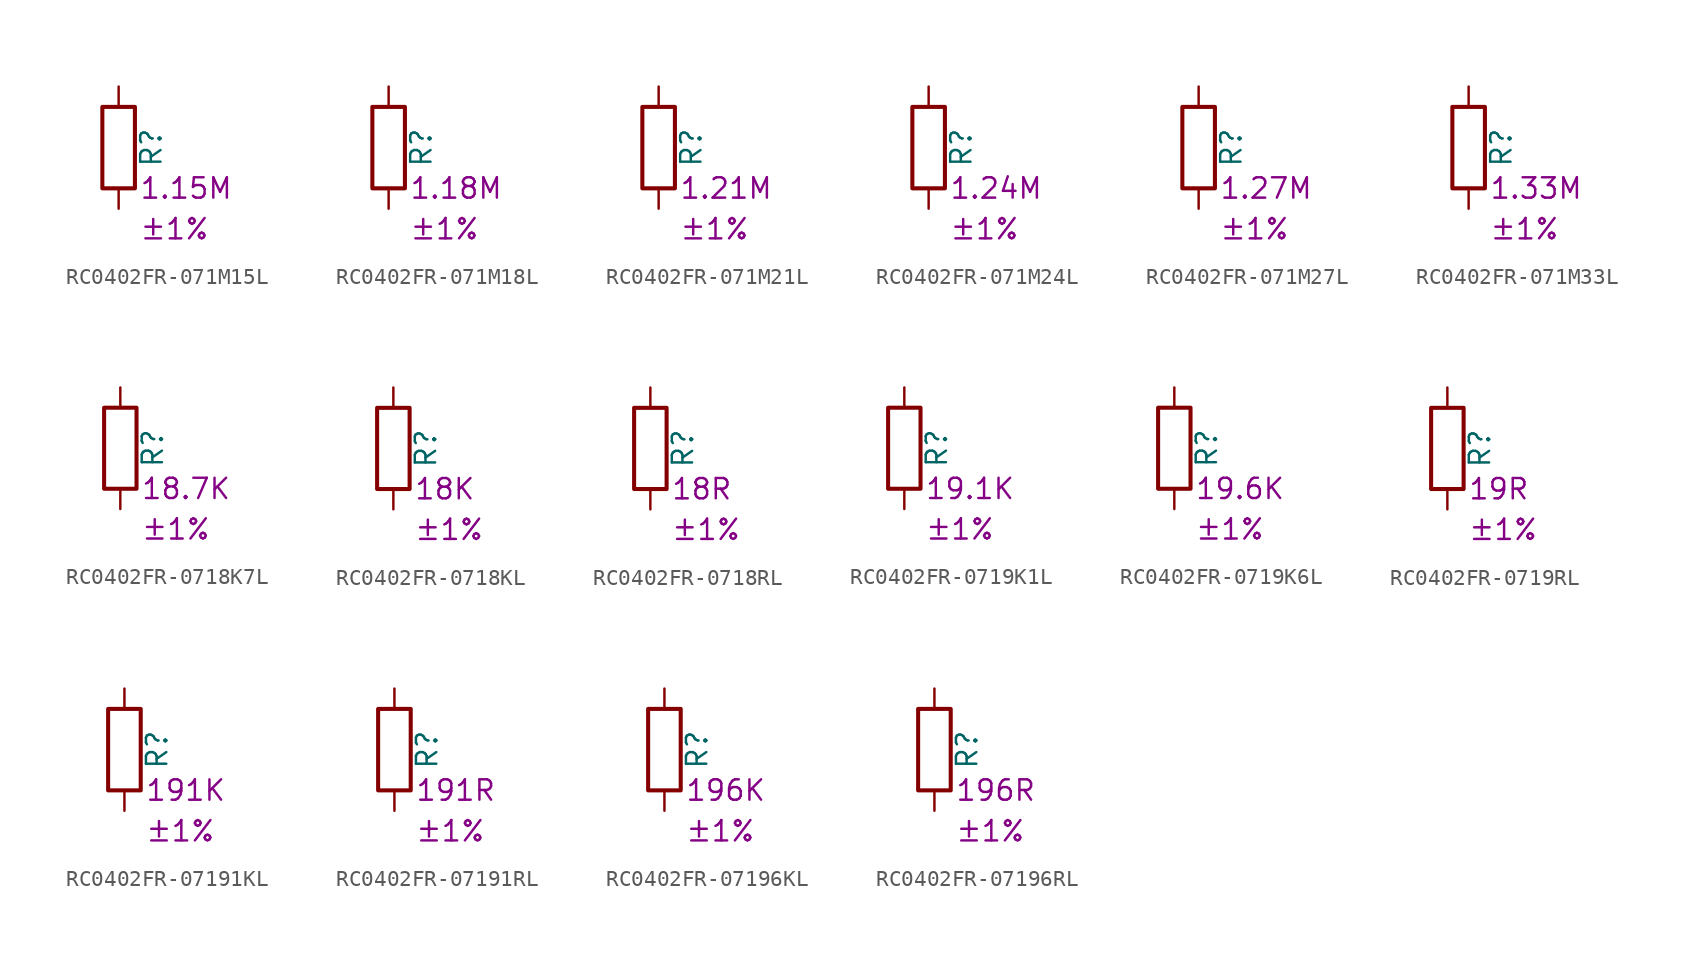
<source format=kicad_sym>
(kicad_symbol_lib
  (version 20220914)
  (generator kicad_symbol_editor)
  (symbol "RC0402FR-071M15L"
    (pin_numbers hide)
    (pin_names
      (offset 0))
    (property "Reference" "R"
      (at 2.032 0 90)
      (effects (font (size 1.27 1.27))))
    (property "Resistance" "1.15M"
      (at 1.27 -2.54 0)
      (effects (font (size 1.27 1.27)) (justify left)))
    (property "Tolerance" "±1%"
      (at 1.27 -5.08 0)
      (effects (font (size 1.27 1.27)) (justify left)))
    (symbol "RC0402FR-071M15L_0_1"
      (rectangle (start -1.016 -2.54) (end 1.016 2.54) (stroke (width 0.254) (type default)) (fill (type none))))
    (symbol "RC0402FR-071M15L_1_1"
      (pin passive line (at 0 3.81 270) (length 1.27) (name "~" (effects (font (size 1.27 1.27)))) (number "1" (effects (font (size 1.27 1.27)))))
      (pin passive line (at 0 -3.81 90) (length 1.27) (name "~" (effects (font (size 1.27 1.27)))) (number "2" (effects (font (size 1.27 1.27)))))))
  (symbol "RC0402FR-071M18L"
    (pin_numbers hide)
    (pin_names
      (offset 0))
    (property "Reference" "R"
      (at 2.032 0 90)
      (effects (font (size 1.27 1.27))))
    (property "Resistance" "1.18M"
      (at 1.27 -2.54 0)
      (effects (font (size 1.27 1.27)) (justify left)))
    (property "Tolerance" "±1%"
      (at 1.27 -5.08 0)
      (effects (font (size 1.27 1.27)) (justify left)))
    (symbol "RC0402FR-071M18L_0_1"
      (rectangle (start -1.016 -2.54) (end 1.016 2.54) (stroke (width 0.254) (type default)) (fill (type none))))
    (symbol "RC0402FR-071M18L_1_1"
      (pin passive line (at 0 3.81 270) (length 1.27) (name "~" (effects (font (size 1.27 1.27)))) (number "1" (effects (font (size 1.27 1.27)))))
      (pin passive line (at 0 -3.81 90) (length 1.27) (name "~" (effects (font (size 1.27 1.27)))) (number "2" (effects (font (size 1.27 1.27)))))))
  (symbol "RC0402FR-071M21L"
    (pin_numbers hide)
    (pin_names
      (offset 0))
    (property "Reference" "R"
      (at 2.032 0 90)
      (effects (font (size 1.27 1.27))))
    (property "Resistance" "1.21M"
      (at 1.27 -2.54 0)
      (effects (font (size 1.27 1.27)) (justify left)))
    (property "Tolerance" "±1%"
      (at 1.27 -5.08 0)
      (effects (font (size 1.27 1.27)) (justify left)))
    (symbol "RC0402FR-071M21L_0_1"
      (rectangle (start -1.016 -2.54) (end 1.016 2.54) (stroke (width 0.254) (type default)) (fill (type none))))
    (symbol "RC0402FR-071M21L_1_1"
      (pin passive line (at 0 3.81 270) (length 1.27) (name "~" (effects (font (size 1.27 1.27)))) (number "1" (effects (font (size 1.27 1.27)))))
      (pin passive line (at 0 -3.81 90) (length 1.27) (name "~" (effects (font (size 1.27 1.27)))) (number "2" (effects (font (size 1.27 1.27)))))))
  (symbol "RC0402FR-071M24L"
    (pin_numbers hide)
    (pin_names
      (offset 0))
    (property "Reference" "R"
      (at 2.032 0 90)
      (effects (font (size 1.27 1.27))))
    (property "Resistance" "1.24M"
      (at 1.27 -2.54 0)
      (effects (font (size 1.27 1.27)) (justify left)))
    (property "Tolerance" "±1%"
      (at 1.27 -5.08 0)
      (effects (font (size 1.27 1.27)) (justify left)))
    (symbol "RC0402FR-071M24L_0_1"
      (rectangle (start -1.016 -2.54) (end 1.016 2.54) (stroke (width 0.254) (type default)) (fill (type none))))
    (symbol "RC0402FR-071M24L_1_1"
      (pin passive line (at 0 3.81 270) (length 1.27) (name "~" (effects (font (size 1.27 1.27)))) (number "1" (effects (font (size 1.27 1.27)))))
      (pin passive line (at 0 -3.81 90) (length 1.27) (name "~" (effects (font (size 1.27 1.27)))) (number "2" (effects (font (size 1.27 1.27)))))))
  (symbol "RC0402FR-071M27L"
    (pin_numbers hide)
    (pin_names
      (offset 0))
    (property "Reference" "R"
      (at 2.032 0 90)
      (effects (font (size 1.27 1.27))))
    (property "Resistance" "1.27M"
      (at 1.27 -2.54 0)
      (effects (font (size 1.27 1.27)) (justify left)))
    (property "Tolerance" "±1%"
      (at 1.27 -5.08 0)
      (effects (font (size 1.27 1.27)) (justify left)))
    (symbol "RC0402FR-071M27L_0_1"
      (rectangle (start -1.016 -2.54) (end 1.016 2.54) (stroke (width 0.254) (type default)) (fill (type none))))
    (symbol "RC0402FR-071M27L_1_1"
      (pin passive line (at 0 3.81 270) (length 1.27) (name "~" (effects (font (size 1.27 1.27)))) (number "1" (effects (font (size 1.27 1.27)))))
      (pin passive line (at 0 -3.81 90) (length 1.27) (name "~" (effects (font (size 1.27 1.27)))) (number "2" (effects (font (size 1.27 1.27)))))))
  (symbol "RC0402FR-071M33L"
    (pin_numbers hide)
    (pin_names
      (offset 0))
    (property "Reference" "R"
      (at 2.032 0 90)
      (effects (font (size 1.27 1.27))))
    (property "Resistance" "1.33M"
      (at 1.27 -2.54 0)
      (effects (font (size 1.27 1.27)) (justify left)))
    (property "Tolerance" "±1%"
      (at 1.27 -5.08 0)
      (effects (font (size 1.27 1.27)) (justify left)))
    (symbol "RC0402FR-071M33L_0_1"
      (rectangle (start -1.016 -2.54) (end 1.016 2.54) (stroke (width 0.254) (type default)) (fill (type none))))
    (symbol "RC0402FR-071M33L_1_1"
      (pin passive line (at 0 3.81 270) (length 1.27) (name "~" (effects (font (size 1.27 1.27)))) (number "1" (effects (font (size 1.27 1.27)))))
      (pin passive line (at 0 -3.81 90) (length 1.27) (name "~" (effects (font (size 1.27 1.27)))) (number "2" (effects (font (size 1.27 1.27)))))))
  (symbol "RC0402FR-0718K7L"
    (pin_numbers hide)
    (pin_names
      (offset 0))
    (property "Reference" "R"
      (at 2.032 0 90)
      (effects (font (size 1.27 1.27))))
    (property "Resistance" "18.7K"
      (at 1.27 -2.54 0)
      (effects (font (size 1.27 1.27)) (justify left)))
    (property "Tolerance" "±1%"
      (at 1.27 -5.08 0)
      (effects (font (size 1.27 1.27)) (justify left)))
    (symbol "RC0402FR-0718K7L_0_1"
      (rectangle (start -1.016 -2.54) (end 1.016 2.54) (stroke (width 0.254) (type default)) (fill (type none))))
    (symbol "RC0402FR-0718K7L_1_1"
      (pin passive line (at 0 3.81 270) (length 1.27) (name "~" (effects (font (size 1.27 1.27)))) (number "1" (effects (font (size 1.27 1.27)))))
      (pin passive line (at 0 -3.81 90) (length 1.27) (name "~" (effects (font (size 1.27 1.27)))) (number "2" (effects (font (size 1.27 1.27)))))))
  (symbol "RC0402FR-0718KL"
    (pin_numbers hide)
    (pin_names
      (offset 0))
    (property "Reference" "R"
      (at 2.032 0 90)
      (effects (font (size 1.27 1.27))))
    (property "Resistance" "18K"
      (at 1.27 -2.54 0)
      (effects (font (size 1.27 1.27)) (justify left)))
    (property "Tolerance" "±1%"
      (at 1.27 -5.08 0)
      (effects (font (size 1.27 1.27)) (justify left)))
    (symbol "RC0402FR-0718KL_0_1"
      (rectangle (start -1.016 -2.54) (end 1.016 2.54) (stroke (width 0.254) (type default)) (fill (type none))))
    (symbol "RC0402FR-0718KL_1_1"
      (pin passive line (at 0 3.81 270) (length 1.27) (name "~" (effects (font (size 1.27 1.27)))) (number "1" (effects (font (size 1.27 1.27)))))
      (pin passive line (at 0 -3.81 90) (length 1.27) (name "~" (effects (font (size 1.27 1.27)))) (number "2" (effects (font (size 1.27 1.27)))))))
  (symbol "RC0402FR-0718RL"
    (pin_numbers hide)
    (pin_names
      (offset 0))
    (property "Reference" "R"
      (at 2.032 0 90)
      (effects (font (size 1.27 1.27))))
    (property "Resistance" "18R"
      (at 1.27 -2.54 0)
      (effects (font (size 1.27 1.27)) (justify left)))
    (property "Tolerance" "±1%"
      (at 1.27 -5.08 0)
      (effects (font (size 1.27 1.27)) (justify left)))
    (symbol "RC0402FR-0718RL_0_1"
      (rectangle (start -1.016 -2.54) (end 1.016 2.54) (stroke (width 0.254) (type default)) (fill (type none))))
    (symbol "RC0402FR-0718RL_1_1"
      (pin passive line (at 0 3.81 270) (length 1.27) (name "~" (effects (font (size 1.27 1.27)))) (number "1" (effects (font (size 1.27 1.27)))))
      (pin passive line (at 0 -3.81 90) (length 1.27) (name "~" (effects (font (size 1.27 1.27)))) (number "2" (effects (font (size 1.27 1.27)))))))
  (symbol "RC0402FR-0719K1L"
    (pin_numbers hide)
    (pin_names
      (offset 0))
    (property "Reference" "R"
      (at 2.032 0 90)
      (effects (font (size 1.27 1.27))))
    (property "Resistance" "19.1K"
      (at 1.27 -2.54 0)
      (effects (font (size 1.27 1.27)) (justify left)))
    (property "Tolerance" "±1%"
      (at 1.27 -5.08 0)
      (effects (font (size 1.27 1.27)) (justify left)))
    (symbol "RC0402FR-0719K1L_0_1"
      (rectangle (start -1.016 -2.54) (end 1.016 2.54) (stroke (width 0.254) (type default)) (fill (type none))))
    (symbol "RC0402FR-0719K1L_1_1"
      (pin passive line (at 0 3.81 270) (length 1.27) (name "~" (effects (font (size 1.27 1.27)))) (number "1" (effects (font (size 1.27 1.27)))))
      (pin passive line (at 0 -3.81 90) (length 1.27) (name "~" (effects (font (size 1.27 1.27)))) (number "2" (effects (font (size 1.27 1.27)))))))
  (symbol "RC0402FR-0719K6L"
    (pin_numbers hide)
    (pin_names
      (offset 0))
    (property "Reference" "R"
      (at 2.032 0 90)
      (effects (font (size 1.27 1.27))))
    (property "Resistance" "19.6K"
      (at 1.27 -2.54 0)
      (effects (font (size 1.27 1.27)) (justify left)))
    (property "Tolerance" "±1%"
      (at 1.27 -5.08 0)
      (effects (font (size 1.27 1.27)) (justify left)))
    (symbol "RC0402FR-0719K6L_0_1"
      (rectangle (start -1.016 -2.54) (end 1.016 2.54) (stroke (width 0.254) (type default)) (fill (type none))))
    (symbol "RC0402FR-0719K6L_1_1"
      (pin passive line (at 0 3.81 270) (length 1.27) (name "~" (effects (font (size 1.27 1.27)))) (number "1" (effects (font (size 1.27 1.27)))))
      (pin passive line (at 0 -3.81 90) (length 1.27) (name "~" (effects (font (size 1.27 1.27)))) (number "2" (effects (font (size 1.27 1.27)))))))
  (symbol "RC0402FR-0719RL"
    (pin_numbers hide)
    (pin_names
      (offset 0))
    (property "Reference" "R"
      (at 2.032 0 90)
      (effects (font (size 1.27 1.27))))
    (property "Resistance" "19R"
      (at 1.27 -2.54 0)
      (effects (font (size 1.27 1.27)) (justify left)))
    (property "Tolerance" "±1%"
      (at 1.27 -5.08 0)
      (effects (font (size 1.27 1.27)) (justify left)))
    (symbol "RC0402FR-0719RL_0_1"
      (rectangle (start -1.016 -2.54) (end 1.016 2.54) (stroke (width 0.254) (type default)) (fill (type none))))
    (symbol "RC0402FR-0719RL_1_1"
      (pin passive line (at 0 3.81 270) (length 1.27) (name "~" (effects (font (size 1.27 1.27)))) (number "1" (effects (font (size 1.27 1.27)))))
      (pin passive line (at 0 -3.81 90) (length 1.27) (name "~" (effects (font (size 1.27 1.27)))) (number "2" (effects (font (size 1.27 1.27)))))))
  (symbol "RC0402FR-07191KL"
    (pin_numbers hide)
    (pin_names
      (offset 0))
    (property "Reference" "R"
      (at 2.032 0 90)
      (effects (font (size 1.27 1.27))))
    (property "Resistance" "191K"
      (at 1.27 -2.54 0)
      (effects (font (size 1.27 1.27)) (justify left)))
    (property "Tolerance" "±1%"
      (at 1.27 -5.08 0)
      (effects (font (size 1.27 1.27)) (justify left)))
    (symbol "RC0402FR-07191KL_0_1"
      (rectangle (start -1.016 -2.54) (end 1.016 2.54) (stroke (width 0.254) (type default)) (fill (type none))))
    (symbol "RC0402FR-07191KL_1_1"
      (pin passive line (at 0 3.81 270) (length 1.27) (name "~" (effects (font (size 1.27 1.27)))) (number "1" (effects (font (size 1.27 1.27)))))
      (pin passive line (at 0 -3.81 90) (length 1.27) (name "~" (effects (font (size 1.27 1.27)))) (number "2" (effects (font (size 1.27 1.27)))))))
  (symbol "RC0402FR-07191RL"
    (pin_numbers hide)
    (pin_names
      (offset 0))
    (property "Reference" "R"
      (at 2.032 0 90)
      (effects (font (size 1.27 1.27))))
    (property "Resistance" "191R"
      (at 1.27 -2.54 0)
      (effects (font (size 1.27 1.27)) (justify left)))
    (property "Tolerance" "±1%"
      (at 1.27 -5.08 0)
      (effects (font (size 1.27 1.27)) (justify left)))
    (symbol "RC0402FR-07191RL_0_1"
      (rectangle (start -1.016 -2.54) (end 1.016 2.54) (stroke (width 0.254) (type default)) (fill (type none))))
    (symbol "RC0402FR-07191RL_1_1"
      (pin passive line (at 0 3.81 270) (length 1.27) (name "~" (effects (font (size 1.27 1.27)))) (number "1" (effects (font (size 1.27 1.27)))))
      (pin passive line (at 0 -3.81 90) (length 1.27) (name "~" (effects (font (size 1.27 1.27)))) (number "2" (effects (font (size 1.27 1.27)))))))
  (symbol "RC0402FR-07196KL"
    (pin_numbers hide)
    (pin_names
      (offset 0))
    (property "Reference" "R"
      (at 2.032 0 90)
      (effects (font (size 1.27 1.27))))
    (property "Resistance" "196K"
      (at 1.27 -2.54 0)
      (effects (font (size 1.27 1.27)) (justify left)))
    (property "Tolerance" "±1%"
      (at 1.27 -5.08 0)
      (effects (font (size 1.27 1.27)) (justify left)))
    (symbol "RC0402FR-07196KL_0_1"
      (rectangle (start -1.016 -2.54) (end 1.016 2.54) (stroke (width 0.254) (type default)) (fill (type none))))
    (symbol "RC0402FR-07196KL_1_1"
      (pin passive line (at 0 3.81 270) (length 1.27) (name "~" (effects (font (size 1.27 1.27)))) (number "1" (effects (font (size 1.27 1.27)))))
      (pin passive line (at 0 -3.81 90) (length 1.27) (name "~" (effects (font (size 1.27 1.27)))) (number "2" (effects (font (size 1.27 1.27)))))))
  (symbol "RC0402FR-07196RL"
    (pin_numbers hide)
    (pin_names
      (offset 0))
    (property "Reference" "R"
      (at 2.032 0 90)
      (effects (font (size 1.27 1.27))))
    (property "Resistance" "196R"
      (at 1.27 -2.54 0)
      (effects (font (size 1.27 1.27)) (justify left)))
    (property "Tolerance" "±1%"
      (at 1.27 -5.08 0)
      (effects (font (size 1.27 1.27)) (justify left)))
    (symbol "RC0402FR-07196RL_0_1"
      (rectangle (start -1.016 -2.54) (end 1.016 2.54) (stroke (width 0.254) (type default)) (fill (type none))))
    (symbol "RC0402FR-07196RL_1_1"
      (pin passive line (at 0 3.81 270) (length 1.27) (name "~" (effects (font (size 1.27 1.27)))) (number "1" (effects (font (size 1.27 1.27)))))
      (pin passive line (at 0 -3.81 90) (length 1.27) (name "~" (effects (font (size 1.27 1.27)))) (number "2" (effects (font (size 1.27 1.27))))))))
</source>
